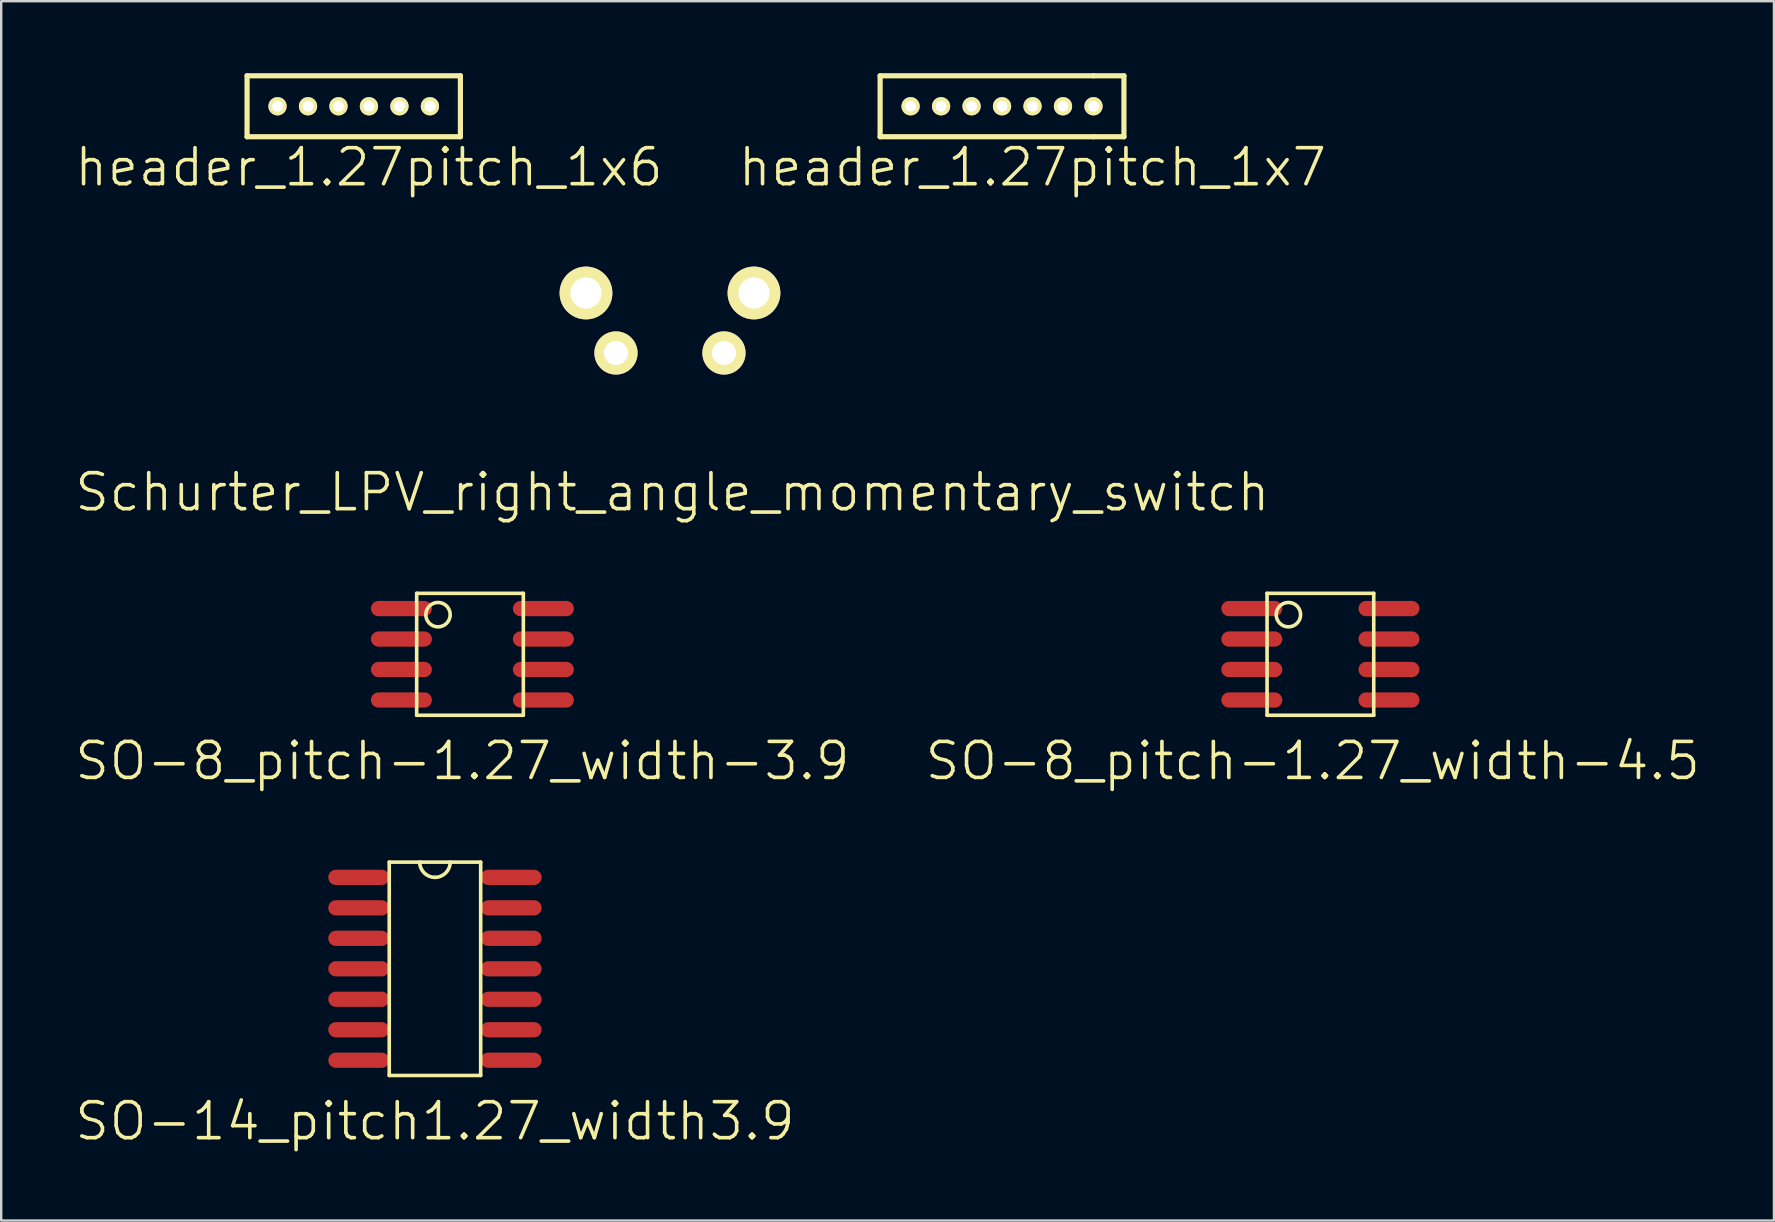
<source format=kicad_pcb>
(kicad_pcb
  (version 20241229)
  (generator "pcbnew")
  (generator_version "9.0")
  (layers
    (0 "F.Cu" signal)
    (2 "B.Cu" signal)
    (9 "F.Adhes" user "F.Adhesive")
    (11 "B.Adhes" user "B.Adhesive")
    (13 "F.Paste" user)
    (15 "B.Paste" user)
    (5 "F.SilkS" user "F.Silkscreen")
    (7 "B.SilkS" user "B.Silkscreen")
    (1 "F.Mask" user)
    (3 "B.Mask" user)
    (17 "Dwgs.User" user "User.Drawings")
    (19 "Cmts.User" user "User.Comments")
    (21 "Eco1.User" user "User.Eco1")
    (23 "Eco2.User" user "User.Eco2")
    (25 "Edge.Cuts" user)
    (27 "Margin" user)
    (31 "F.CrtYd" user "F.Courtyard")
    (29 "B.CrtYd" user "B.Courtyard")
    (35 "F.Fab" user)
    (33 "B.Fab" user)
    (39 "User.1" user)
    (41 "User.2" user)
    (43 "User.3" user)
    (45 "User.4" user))
  (footprint "SO-14_pitch1.27_width3.9"
    (layer "F.Cu")
    (at 15.075 37.32)
    (property "Reference" "SO-14_pitch1.27_width3.9" (at 0 6.35 0) (layer "F.SilkS") (effects (font (size 1.5 1.5) (thickness 0.15))))
    (attr through_hole)
    (fp_line (start -1.905 -4.445) (end -1.905 4.445) (stroke (width 0.15) (type solid)) (layer "F.SilkS"))
    (fp_line (start -1.905 4.445) (end 1.905 4.445) (stroke (width 0.15) (type solid)) (layer "F.SilkS"))
    (fp_line (start 1.905 -4.445) (end -1.905 -4.445) (stroke (width 0.15) (type solid)) (layer "F.SilkS"))
    (fp_line (start 1.905 4.445) (end 1.905 -4.445) (stroke (width 0.15) (type solid)) (layer "F.SilkS"))
    (fp_arc (start 0 -3.81) (mid -0.449013 -3.995987) (end -0.635 -4.445) (stroke (width 0.15) (type solid)) (layer "F.SilkS"))
    (fp_arc (start 0.635 -4.445) (mid 0.449013 -3.995987) (end 0 -3.81) (stroke (width 0.15) (type solid)) (layer "F.SilkS"))
    (pad "1" smd oval (at -3.175 -3.81) (size 2.54 0.635) (layers "F.Cu" "F.Mask" "F.Paste"))
    (pad "2" smd oval (at -3.175 -2.54) (size 2.54 0.635) (layers "F.Cu" "F.Mask" "F.Paste"))
    (pad "3" smd oval (at -3.175 -1.27) (size 2.54 0.635) (layers "F.Cu" "F.Mask" "F.Paste"))
    (pad "4" smd oval (at -3.175 0) (size 2.54 0.635) (layers "F.Cu" "F.Mask" "F.Paste"))
    (pad "5" smd oval (at -3.175 1.27) (size 2.54 0.635) (layers "F.Cu" "F.Mask" "F.Paste"))
    (pad "6" smd oval (at -3.175 2.54) (size 2.54 0.635) (layers "F.Cu" "F.Mask" "F.Paste"))
    (pad "7" smd oval (at -3.175 3.81) (size 2.54 0.635) (layers "F.Cu" "F.Mask" "F.Paste"))
    (pad "8" smd oval (at 3.175 3.81) (size 2.54 0.635) (layers "F.Cu" "F.Mask" "F.Paste"))
    (pad "9" smd oval (at 3.175 2.54) (size 2.54 0.635) (layers "F.Cu" "F.Mask" "F.Paste"))
    (pad "10" smd oval (at 3.175 1.27) (size 2.54 0.635) (layers "F.Cu" "F.Mask" "F.Paste"))
    (pad "11" smd oval (at 3.175 0) (size 2.54 0.635) (layers "F.Cu" "F.Mask" "F.Paste"))
    (pad "12" smd oval (at 3.175 -1.27) (size 2.54 0.635) (layers "F.Cu" "F.Mask" "F.Paste"))
    (pad "13" smd oval (at 3.175 -2.54) (size 2.54 0.635) (layers "F.Cu" "F.Mask" "F.Paste"))
    (pad "14" smd oval (at 3.175 -3.81) (size 2.54 0.635) (layers "F.Cu" "F.Mask" "F.Paste")))
  (footprint "header_1.27pitch_1x7"
    (layer "F.Cu")
    (at 38.705 1.378)
    (property "Reference" "header_1.27pitch_1x7" (at 1.27 2.54 0) (layer "F.SilkS") (effects (font (size 1.5 1.5) (thickness 0.15))))
    (attr through_hole)
    (fp_line (start -5.08 -1.27) (end -5.08 1.27) (stroke (width 0.216) (type solid)) (layer "F.SilkS"))
    (fp_line (start -5.08 1.27) (end 3.81 1.27) (stroke (width 0.216) (type solid)) (layer "F.SilkS"))
    (fp_line (start 3.81 -1.27) (end -5.08 -1.27) (stroke (width 0.216) (type solid)) (layer "F.SilkS"))
    (fp_line (start 3.81 -1.27) (end 5.08 -1.27) (stroke (width 0.216) (type solid)) (layer "F.SilkS"))
    (fp_line (start 5.08 -1.27) (end 5.08 1.27) (stroke (width 0.216) (type solid)) (layer "F.SilkS"))
    (fp_line (start 5.08 1.27) (end 3.81 1.27) (stroke (width 0.216) (type solid)) (layer "F.SilkS"))
    (pad "1" thru_hole circle (at -3.81 0 90) (size 0.762 0.762) (drill 0.45) (layers "*.Cu" "*.Mask" "F.SilkS"))
    (pad "2" thru_hole circle (at -2.54 0 90) (size 0.762 0.762) (drill 0.45) (layers "*.Cu" "*.Mask" "F.SilkS"))
    (pad "3" thru_hole circle (at -1.27 0 90) (size 0.762 0.762) (drill 0.45) (layers "*.Cu" "*.Mask" "F.SilkS"))
    (pad "4" thru_hole circle (at 0 0 90) (size 0.762 0.762) (drill 0.45) (layers "*.Cu" "*.Mask" "F.SilkS"))
    (pad "5" thru_hole circle (at 1.27 0 90) (size 0.762 0.762) (drill 0.45) (layers "*.Cu" "*.Mask" "F.SilkS"))
    (pad "6" thru_hole circle (at 2.54 0 90) (size 0.762 0.762) (drill 0.45) (layers "*.Cu" "*.Mask" "F.SilkS"))
    (pad "7" thru_hole circle (at 3.81 0 90) (size 0.762 0.762) (drill 0.45) (layers "*.Cu" "*.Mask" "F.SilkS")))
  (footprint "Schurter_LPV_right_angle_momentary_switch"
    (layer "F.Cu")
    (at 24.868 11.659)
    (property "Reference" "Schurter_LPV_right_angle_momentary_switch" (at 0.1 5.8 0) (layer "F.SilkS") (effects (font (size 1.5 1.5) (thickness 0.15))))
    (attr through_hole)
    (pad "1" thru_hole circle (at -2.25 0) (size 1.8 1.8) (drill 1) (layers "*.Cu" "*.Mask" "F.SilkS"))
    (pad "2" thru_hole circle (at 2.25 0) (size 1.8 1.8) (drill 1) (layers "*.Cu" "*.Mask" "F.SilkS"))
    (pad "G" thru_hole circle (at -3.5 -2.5) (size 2.2 2.2) (drill 1.3) (layers "*.Cu" "*.Mask" "F.SilkS"))
    (pad "G" thru_hole circle (at 3.5 -2.5) (size 2.2 2.2) (drill 1.3) (layers "*.Cu" "*.Mask" "F.SilkS")))
  (footprint "header_1.27pitch_1x6"
    (layer "F.Cu")
    (at 11.055 1.378)
    (property "Reference" "header_1.27pitch_1x6" (at 1.27 2.54 0) (layer "F.SilkS") (effects (font (size 1.5 1.5) (thickness 0.15))))
    (attr through_hole)
    (fp_line (start -3.81 -1.27) (end -3.81 1.27) (stroke (width 0.216) (type solid)) (layer "F.SilkS"))
    (fp_line (start -3.81 1.27) (end 5.08 1.27) (stroke (width 0.216) (type solid)) (layer "F.SilkS"))
    (fp_line (start 5.08 -1.27) (end -3.81 -1.27) (stroke (width 0.216) (type solid)) (layer "F.SilkS"))
    (fp_line (start 5.08 1.27) (end 5.08 -1.27) (stroke (width 0.216) (type solid)) (layer "F.SilkS"))
    (pad "1" thru_hole circle (at -2.54 0 90) (size 0.762 0.762) (drill 0.45) (layers "*.Cu" "*.Mask" "F.SilkS"))
    (pad "2" thru_hole circle (at -1.27 0 90) (size 0.762 0.762) (drill 0.45) (layers "*.Cu" "*.Mask" "F.SilkS"))
    (pad "3" thru_hole circle (at 0 0 90) (size 0.762 0.762) (drill 0.45) (layers "*.Cu" "*.Mask" "F.SilkS"))
    (pad "4" thru_hole circle (at 1.27 0 90) (size 0.762 0.762) (drill 0.45) (layers "*.Cu" "*.Mask" "F.SilkS"))
    (pad "5" thru_hole circle (at 2.54 0 90) (size 0.762 0.762) (drill 0.45) (layers "*.Cu" "*.Mask" "F.SilkS"))
    (pad "6" thru_hole circle (at 3.81 0 90) (size 0.762 0.762) (drill 0.45) (layers "*.Cu" "*.Mask" "F.SilkS")))
  (footprint "SO-8_pitch-1.27_width-3.9"
    (layer "F.Cu")
    (at 16.853 23.579)
    (property "Reference" "SO-8_pitch-1.27_width-3.9" (at -0.635 5.08 0) (layer "F.SilkS") (effects (font (size 1.5 1.5) (thickness 0.15))))
    (attr through_hole)
    (fp_line (start -2.54 -1.905) (end 1.905 -1.905) (stroke (width 0.15) (type solid)) (layer "F.SilkS"))
    (fp_line (start -2.54 3.175) (end -2.54 -1.905) (stroke (width 0.15) (type solid)) (layer "F.SilkS"))
    (fp_line (start 1.905 -1.905) (end 1.905 3.175) (stroke (width 0.15) (type solid)) (layer "F.SilkS"))
    (fp_line (start 1.905 3.175) (end -2.54 3.175) (stroke (width 0.15) (type solid)) (layer "F.SilkS"))
    (fp_circle (center -1.651 -1.016) (end -1.143 -1.016) (stroke (width 0.15) (type solid)) (fill no) (layer "F.SilkS"))
    (pad "1" smd oval (at -3.175 -1.27) (size 2.54 0.635) (layers "F.Cu" "F.Mask" "F.Paste"))
    (pad "2" smd oval (at -3.175 0) (size 2.54 0.635) (layers "F.Cu" "F.Mask" "F.Paste"))
    (pad "3" smd oval (at -3.175 1.27) (size 2.54 0.635) (layers "F.Cu" "F.Mask" "F.Paste"))
    (pad "4" smd oval (at -3.175 2.54) (size 2.54 0.635) (layers "F.Cu" "F.Mask" "F.Paste"))
    (pad "5" smd oval (at 2.74 2.54) (size 2.54 0.635) (layers "F.Cu" "F.Mask" "F.Paste"))
    (pad "6" smd oval (at 2.74 1.27) (size 2.54 0.635) (layers "F.Cu" "F.Mask" "F.Paste"))
    (pad "7" smd oval (at 2.74 0) (size 2.54 0.635) (layers "F.Cu" "F.Mask" "F.Paste"))
    (pad "8" smd oval (at 2.74 -1.27) (size 2.54 0.635) (layers "F.Cu" "F.Mask" "F.Paste")))
  (footprint "SO-8_pitch-1.27_width-4.5"
    (layer "F.Cu")
    (at 51.654 24.849)
    (property "Reference" "SO-8_pitch-1.27_width-4.5" (at 0 3.81 0) (layer "F.SilkS") (effects (font (size 1.5 1.5) (thickness 0.15))))
    (attr through_hole)
    (fp_line (start -1.905 -3.175) (end 2.54 -3.175) (stroke (width 0.15) (type solid)) (layer "F.SilkS"))
    (fp_line (start -1.905 1.905) (end -1.905 -3.175) (stroke (width 0.15) (type solid)) (layer "F.SilkS"))
    (fp_line (start 2.54 -3.175) (end 2.54 1.905) (stroke (width 0.15) (type solid)) (layer "F.SilkS"))
    (fp_line (start 2.54 1.905) (end -1.905 1.905) (stroke (width 0.15) (type solid)) (layer "F.SilkS"))
    (fp_circle (center -1.016 -2.286) (end -0.508 -2.286) (stroke (width 0.15) (type solid)) (fill no) (layer "F.SilkS"))
    (pad "1" smd oval (at -2.54 -2.54) (size 2.54 0.635) (layers "F.Cu" "F.Mask" "F.Paste"))
    (pad "2" smd oval (at -2.54 -1.27) (size 2.54 0.635) (layers "F.Cu" "F.Mask" "F.Paste"))
    (pad "3" smd oval (at -2.54 0) (size 2.54 0.635) (layers "F.Cu" "F.Mask" "F.Paste"))
    (pad "4" smd oval (at -2.54 1.27) (size 2.54 0.635) (layers "F.Cu" "F.Mask" "F.Paste"))
    (pad "5" smd oval (at 3.175 1.27) (size 2.54 0.635) (layers "F.Cu" "F.Mask" "F.Paste"))
    (pad "6" smd oval (at 3.175 0) (size 2.54 0.635) (layers "F.Cu" "F.Mask" "F.Paste"))
    (pad "7" smd oval (at 3.175 -1.27) (size 2.54 0.635) (layers "F.Cu" "F.Mask" "F.Paste"))
    (pad "8" smd oval (at 3.175 -2.54) (size 2.54 0.635) (layers "F.Cu" "F.Mask" "F.Paste")))
  (gr_rect
    (start -3 -3)
    (end 70.871 47.811)
    (stroke (width 0.1) (type default))
    (fill no)
    (layer "Edge.Cuts")))
</source>
